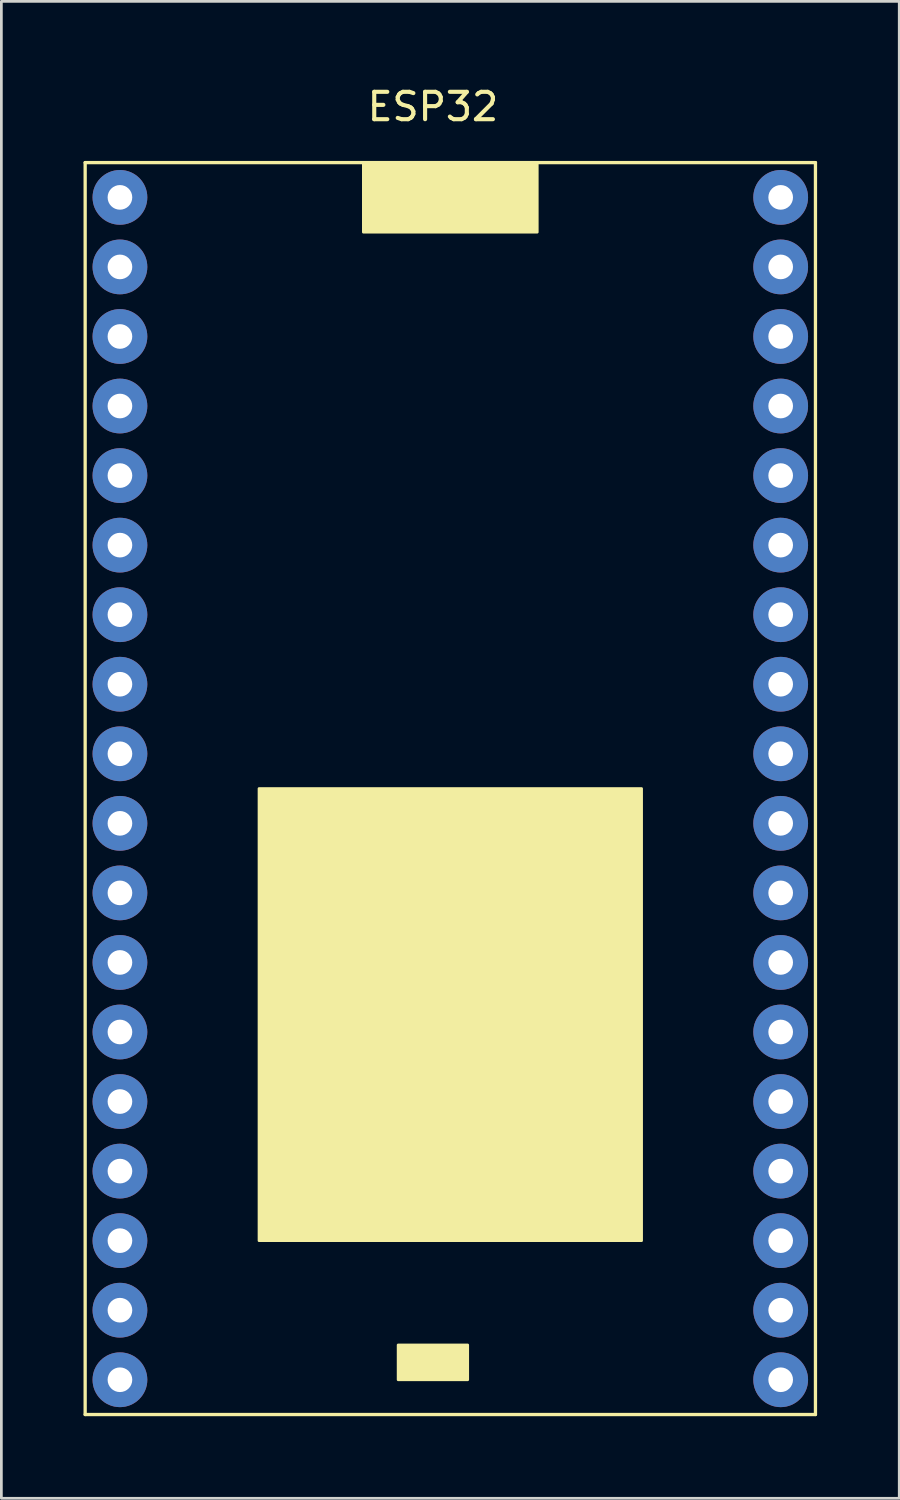
<source format=kicad_pcb>
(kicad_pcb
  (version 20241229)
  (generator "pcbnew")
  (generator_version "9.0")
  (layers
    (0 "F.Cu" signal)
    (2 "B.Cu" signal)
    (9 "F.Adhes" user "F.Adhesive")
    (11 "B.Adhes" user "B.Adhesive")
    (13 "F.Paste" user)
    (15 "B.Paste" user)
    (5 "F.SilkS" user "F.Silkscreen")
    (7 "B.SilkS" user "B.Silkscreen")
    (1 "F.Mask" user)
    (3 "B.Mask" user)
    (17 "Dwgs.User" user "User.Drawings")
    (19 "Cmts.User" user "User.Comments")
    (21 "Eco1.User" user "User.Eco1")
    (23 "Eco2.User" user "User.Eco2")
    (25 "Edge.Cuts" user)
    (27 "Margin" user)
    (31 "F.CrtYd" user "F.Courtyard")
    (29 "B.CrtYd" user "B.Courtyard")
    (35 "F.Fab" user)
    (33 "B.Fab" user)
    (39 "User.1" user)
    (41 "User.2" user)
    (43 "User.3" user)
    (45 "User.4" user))
  (footprint "ESP32"
    (layer "F.Cu")
    (at 6.41 0.348)
    (property "Reference" "ESP32" (at 6.35 0.5 0) (layer "F.SilkS") (effects (font (size 1 1) (thickness 0.15))))
    (attr through_hole)
    (fp_line (start -6.35 2.54) (end 20.32 2.54) (stroke (width 0.12) (type solid)) (layer "F.SilkS"))
    (fp_line (start -6.35 48.26) (end -6.35 2.54) (stroke (width 0.12) (type solid)) (layer "F.SilkS"))
    (fp_line (start 20.32 2.54) (end 20.32 48.26) (stroke (width 0.12) (type solid)) (layer "F.SilkS"))
    (fp_line (start 20.32 48.26) (end -6.35 48.26) (stroke (width 0.12) (type solid)) (layer "F.SilkS"))
    (fp_poly (pts (xy 7.62 46.99) (xy 5.08 46.99) (xy 5.08 45.72) (xy 7.62 45.72)) (stroke (width 0.1) (type solid)) (fill yes) (layer "F.SilkS"))
    (fp_poly (pts (xy 10.16 5.08) (xy 3.81 5.08) (xy 3.81 2.54) (xy 10.16 2.54)) (stroke (width 0.1) (type solid)) (fill yes) (layer "F.SilkS"))
    (fp_poly (pts (xy 13.97 41.91) (xy 0 41.91) (xy 0 25.4) (xy 13.97 25.4)) (stroke (width 0.1) (type solid)) (fill yes) (layer "F.SilkS"))
    (pad "0" thru_hole oval (at -5.08 21.59) (size 2 2) (drill 0.9) (layers "*.Cu" "*.Mask"))
    (pad "1" thru_hole oval (at -5.08 16.51) (size 2 2) (drill 0.9) (layers "*.Cu" "*.Mask"))
    (pad "2" thru_hole oval (at -5.08 39.37) (size 2 2) (drill 0.9) (layers "*.Cu" "*.Mask"))
    (pad "3" thru_hole oval (at -5.08 13.97) (size 2 2) (drill 0.9) (layers "*.Cu" "*.Mask"))
    (pad "4" thru_hole oval (at -5.08 41.91) (size 2 2) (drill 0.9) (layers "*.Cu" "*.Mask"))
    (pad "5" thru_hole oval (at -5.08 34.29) (size 2 2) (drill 0.9) (layers "*.Cu" "*.Mask"))
    (pad "12" thru_hole oval (at 19.05 41.91) (size 2 2) (drill 0.9) (layers "*.Cu" "*.Mask"))
    (pad "13" thru_hole oval (at 19.05 44.45) (size 2 2) (drill 0.9) (layers "*.Cu" "*.Mask"))
    (pad "14" thru_hole oval (at 19.05 39.37) (size 2 2) (drill 0.9) (layers "*.Cu" "*.Mask"))
    (pad "15" thru_hole oval (at -5.08 36.83) (size 2 2) (drill 0.9) (layers "*.Cu" "*.Mask"))
    (pad "16" thru_hole oval (at -5.08 46.99) (size 2 2) (drill 0.9) (layers "*.Cu" "*.Mask"))
    (pad "17" thru_hole oval (at -5.08 44.45) (size 2 2) (drill 0.9) (layers "*.Cu" "*.Mask"))
    (pad "18" thru_hole oval (at -5.08 31.75) (size 2 2) (drill 0.9) (layers "*.Cu" "*.Mask"))
    (pad "19" thru_hole oval (at -5.08 26.67) (size 2 2) (drill 0.9) (layers "*.Cu" "*.Mask"))
    (pad "21" thru_hole oval (at 19.05 46.99) (size 2 2) (drill 0.9) (layers "*.Cu" "*.Mask"))
    (pad "22" thru_hole oval (at -5.08 24.13) (size 2 2) (drill 0.9) (layers "*.Cu" "*.Mask"))
    (pad "23" thru_hole oval (at -5.08 29.21) (size 2 2) (drill 0.9) (layers "*.Cu" "*.Mask"))
    (pad "25" thru_hole oval (at 19.05 31.75) (size 2 2) (drill 0.9) (layers "*.Cu" "*.Mask"))
    (pad "26" thru_hole oval (at 19.05 34.29) (size 2 2) (drill 0.9) (layers "*.Cu" "*.Mask"))
    (pad "27" thru_hole oval (at 19.05 36.83) (size 2 2) (drill 0.9) (layers "*.Cu" "*.Mask"))
    (pad "32" thru_hole oval (at 19.05 26.67) (size 2 2) (drill 0.9) (layers "*.Cu" "*.Mask"))
    (pad "33" thru_hole oval (at 19.05 29.21) (size 2 2) (drill 0.9) (layers "*.Cu" "*.Mask"))
    (pad "34" thru_hole oval (at 19.05 21.59) (size 2 2) (drill 0.9) (layers "*.Cu" "*.Mask"))
    (pad "35" thru_hole oval (at 19.05 24.13) (size 2 2) (drill 0.9) (layers "*.Cu" "*.Mask"))
    (pad "36" thru_hole oval (at 19.05 11.43) (size 2 2) (drill 0.9) (layers "*.Cu" "*.Mask"))
    (pad "37" thru_hole oval (at 19.05 13.97) (size 2 2) (drill 0.9) (layers "*.Cu" "*.Mask"))
    (pad "38" thru_hole oval (at 19.05 16.51) (size 2 2) (drill 0.9) (layers "*.Cu" "*.Mask"))
    (pad "39" thru_hole oval (at 19.05 19.05) (size 2 2) (drill 0.9) (layers "*.Cu" "*.Mask"))
    (pad "50" thru_hole oval (at -5.08 3.81) (size 2 2) (drill 0.9) (layers "*.Cu" "*.Mask"))
    (pad "50" thru_hole oval (at -5.08 11.43) (size 2 2) (drill 0.9) (layers "*.Cu" "*.Mask"))
    (pad "51" thru_hole oval (at -5.08 8.89) (size 2 2) (drill 0.9) (layers "*.Cu" "*.Mask"))
    (pad "51" thru_hole oval (at 19.05 8.89) (size 2 2) (drill 0.9) (layers "*.Cu" "*.Mask"))
    (pad "52" thru_hole oval (at 19.05 3.81) (size 2 2) (drill 0.9) (layers "*.Cu" "*.Mask"))
    (pad "53" thru_hole oval (at -5.08 19.05) (size 2 2) (drill 0.9) (layers "*.Cu" "*.Mask"))
    (pad "98" thru_hole oval (at 19.05 6.35) (size 2 2) (drill 0.9) (layers "*.Cu" "*.Mask"))
    (pad "99" thru_hole oval (at -5.08 6.35) (size 2 2) (drill 0.9) (layers "*.Cu" "*.Mask")))
  (gr_rect
    (start -3 -3)
    (end 29.79 51.668)
    (stroke (width 0.1) (type default))
    (fill no)
    (layer "Edge.Cuts")))
</source>
